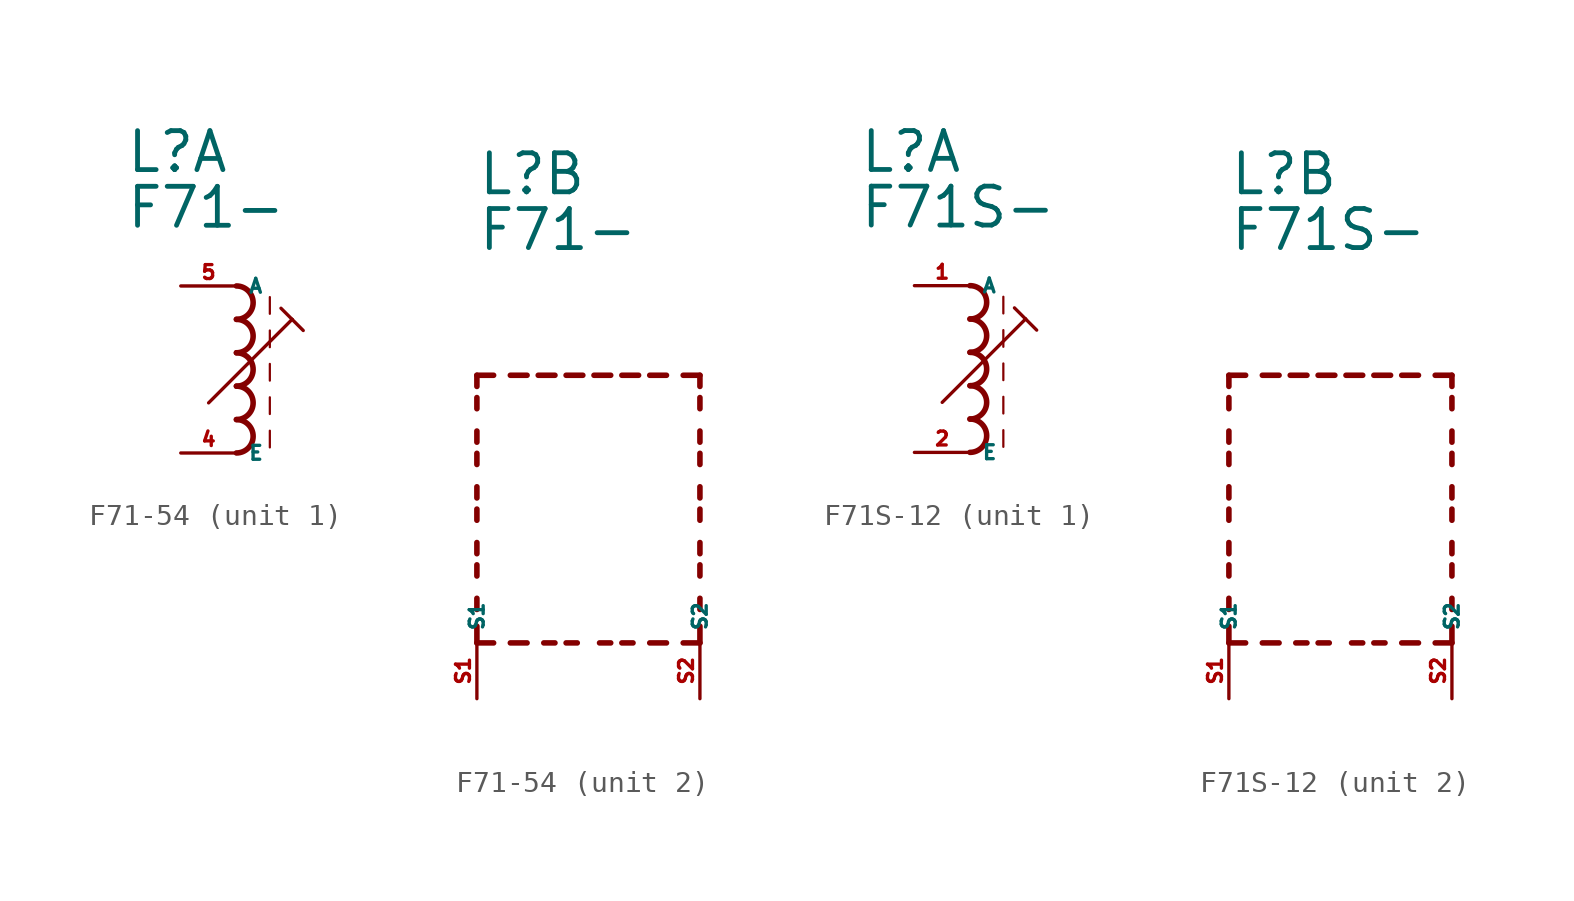
<source format=kicad_sym>
(kicad_symbol_lib
  (version 20220914)
  (generator kicad_symbol_editor)
  (symbol "F71-54"
    (property "Reference" "L"
      (at -5.08 10.16 0)
      (effects (font (size 1.778 1.778) (thickness 0.22)) (justify left bottom)))
    (property "Value" "F71-"
      (at -5.08 7.62 0)
      (effects (font (size 1.778 1.778) (thickness 0.22)) (justify left bottom)))
    (symbol "F71-54_1_0"
      (arc (start 0 -2.54) (mid 0.7587 -1.778) (end 0 -1.016) (stroke (width 0.254) (type default)) (fill (type none)))
      (arc (start 0 -1.016) (mid 0.7587 -0.254) (end 0 0.508) (stroke (width 0.254) (type default)) (fill (type none)))
      (polyline (pts (xy -1.27 -0.254) (xy 2.54 3.556)) (stroke (width 0.152) (type default)) (fill (type none)))
      (polyline (pts (xy 1.524 -1.524) (xy 1.524 -2.286)) (stroke (width 0.102) (type default)) (fill (type none)))
      (polyline (pts (xy 1.524 0) (xy 1.524 -0.762)) (stroke (width 0.102) (type default)) (fill (type none)))
      (polyline (pts (xy 1.524 1.524) (xy 1.524 0.762)) (stroke (width 0.102) (type default)) (fill (type none)))
      (polyline (pts (xy 1.524 3.048) (xy 1.524 2.286)) (stroke (width 0.102) (type default)) (fill (type none)))
      (polyline (pts (xy 1.524 4.572) (xy 1.524 3.81)) (stroke (width 0.102) (type default)) (fill (type none)))
      (polyline (pts (xy 2.032 4.064) (xy 2.54 3.556)) (stroke (width 0.152) (type default)) (fill (type none)))
      (polyline (pts (xy 2.54 3.556) (xy 3.048 3.048)) (stroke (width 0.152) (type default)) (fill (type none)))
      (arc (start 0 0.508) (mid 0.7587 1.27) (end 0 2.032) (stroke (width 0.254) (type default)) (fill (type none)))
      (arc (start 0 2.032) (mid 0.7587 2.794) (end 0 3.556) (stroke (width 0.254) (type default)) (fill (type none)))
      (arc (start 0 3.556) (mid 0.7587 4.318) (end 0 5.08) (stroke (width 0.254) (type default)) (fill (type none)))
      (pin passive line (at -2.54 -2.54 0) (length 2.54) (name "E" (effects (font (size 0.635 0.635)))) (number "4" (effects (font (size 0.635 0.635)))))
      (pin passive line (at -2.54 5.08 0) (length 2.54) (name "A" (effects (font (size 0.635 0.635)))) (number "5" (effects (font (size 0.635 0.635))))))
    (symbol "F71-54_2_0"
      (polyline (pts (xy -5.08 -10.16) (xy -5.08 -9.398)) (stroke (width 0.254) (type default)) (fill (type none)))
      (polyline (pts (xy -5.08 -10.16) (xy -4.318 -10.16)) (stroke (width 0.254) (type default)) (fill (type none)))
      (polyline (pts (xy -5.08 -8.636) (xy -5.08 -8.128)) (stroke (width 0.254) (type default)) (fill (type none)))
      (polyline (pts (xy -5.08 -7.112) (xy -5.08 -6.604)) (stroke (width 0.254) (type default)) (fill (type none)))
      (polyline (pts (xy -5.08 -6.096) (xy -5.08 -5.588)) (stroke (width 0.254) (type default)) (fill (type none)))
      (polyline (pts (xy -5.08 -4.572) (xy -5.08 -4.064)) (stroke (width 0.254) (type default)) (fill (type none)))
      (polyline (pts (xy -5.08 -3.556) (xy -5.08 -3.048)) (stroke (width 0.254) (type default)) (fill (type none)))
      (polyline (pts (xy -5.08 -2.032) (xy -5.08 -1.524)) (stroke (width 0.254) (type default)) (fill (type none)))
      (polyline (pts (xy -5.08 -1.016) (xy -5.08 -0.508)) (stroke (width 0.254) (type default)) (fill (type none)))
      (polyline (pts (xy -5.08 0.508) (xy -5.08 1.016)) (stroke (width 0.254) (type default)) (fill (type none)))
      (polyline (pts (xy -5.08 1.524) (xy -5.08 2.032)) (stroke (width 0.254) (type default)) (fill (type none)))
      (polyline (pts (xy -5.08 2.032) (xy -4.318 2.032)) (stroke (width 0.254) (type default)) (fill (type none)))
      (polyline (pts (xy -3.556 -10.16) (xy -2.794 -10.16)) (stroke (width 0.254) (type default)) (fill (type none)))
      (polyline (pts (xy -3.556 2.032) (xy -2.794 2.032)) (stroke (width 0.254) (type default)) (fill (type none)))
      (polyline (pts (xy -1.524 -10.16) (xy -2.032 -10.16)) (stroke (width 0.254) (type default)) (fill (type none)))
      (polyline (pts (xy -1.524 2.032) (xy -2.286 2.032)) (stroke (width 0.254) (type default)) (fill (type none)))
      (polyline (pts (xy -1.016 2.032) (xy -0.254 2.032)) (stroke (width 0.254) (type default)) (fill (type none)))
      (polyline (pts (xy -0.508 -10.16) (xy -1.016 -10.16)) (stroke (width 0.254) (type default)) (fill (type none)))
      (polyline (pts (xy 1.016 -10.16) (xy 0.508 -10.16)) (stroke (width 0.254) (type default)) (fill (type none)))
      (polyline (pts (xy 1.016 2.032) (xy 0.254 2.032)) (stroke (width 0.254) (type default)) (fill (type none)))
      (polyline (pts (xy 1.524 2.032) (xy 2.286 2.032)) (stroke (width 0.254) (type default)) (fill (type none)))
      (polyline (pts (xy 2.032 -10.16) (xy 1.524 -10.16)) (stroke (width 0.254) (type default)) (fill (type none)))
      (polyline (pts (xy 3.556 -10.16) (xy 2.794 -10.16)) (stroke (width 0.254) (type default)) (fill (type none)))
      (polyline (pts (xy 3.556 2.032) (xy 2.794 2.032)) (stroke (width 0.254) (type default)) (fill (type none)))
      (polyline (pts (xy 5.08 -10.16) (xy 4.318 -10.16)) (stroke (width 0.254) (type default)) (fill (type none)))
      (polyline (pts (xy 5.08 -10.16) (xy 5.08 -9.398)) (stroke (width 0.254) (type default)) (fill (type none)))
      (polyline (pts (xy 5.08 -8.636) (xy 5.08 -8.128)) (stroke (width 0.254) (type default)) (fill (type none)))
      (polyline (pts (xy 5.08 -7.112) (xy 5.08 -6.604)) (stroke (width 0.254) (type default)) (fill (type none)))
      (polyline (pts (xy 5.08 -6.096) (xy 5.08 -5.588)) (stroke (width 0.254) (type default)) (fill (type none)))
      (polyline (pts (xy 5.08 -4.572) (xy 5.08 -4.064)) (stroke (width 0.254) (type default)) (fill (type none)))
      (polyline (pts (xy 5.08 -3.556) (xy 5.08 -3.048)) (stroke (width 0.254) (type default)) (fill (type none)))
      (polyline (pts (xy 5.08 -2.032) (xy 5.08 -1.524)) (stroke (width 0.254) (type default)) (fill (type none)))
      (polyline (pts (xy 5.08 -1.016) (xy 5.08 -0.508)) (stroke (width 0.254) (type default)) (fill (type none)))
      (polyline (pts (xy 5.08 0.508) (xy 5.08 1.016)) (stroke (width 0.254) (type default)) (fill (type none)))
      (polyline (pts (xy 5.08 1.524) (xy 5.08 2.032)) (stroke (width 0.254) (type default)) (fill (type none)))
      (polyline (pts (xy 5.08 2.032) (xy 4.318 2.032)) (stroke (width 0.254) (type default)) (fill (type none)))
      (pin passive line (at -5.08 -12.7 90) (length 2.54) (name "S1" (effects (font (size 0.635 0.635)))) (number "S1" (effects (font (size 0.635 0.635)))))
      (pin passive line (at 5.08 -12.7 90) (length 2.54) (name "S2" (effects (font (size 0.635 0.635)))) (number "S2" (effects (font (size 0.635 0.635)))))))
  (symbol "F71S-12"
    (property "Reference" "L"
      (at -5.08 10.16 0)
      (effects (font (size 1.778 1.778) (thickness 0.22)) (justify left bottom)))
    (property "Value" "F71S-"
      (at -5.08 7.62 0)
      (effects (font (size 1.778 1.778) (thickness 0.22)) (justify left bottom)))
    (symbol "F71S-12_1_0"
      (arc (start 0 -2.54) (mid 0.7587 -1.778) (end 0 -1.016) (stroke (width 0.254) (type default)) (fill (type none)))
      (arc (start 0 -1.016) (mid 0.7587 -0.254) (end 0 0.508) (stroke (width 0.254) (type default)) (fill (type none)))
      (polyline (pts (xy -1.27 -0.254) (xy 2.54 3.556)) (stroke (width 0.152) (type default)) (fill (type none)))
      (polyline (pts (xy 1.524 -1.524) (xy 1.524 -2.286)) (stroke (width 0.102) (type default)) (fill (type none)))
      (polyline (pts (xy 1.524 0) (xy 1.524 -0.762)) (stroke (width 0.102) (type default)) (fill (type none)))
      (polyline (pts (xy 1.524 1.524) (xy 1.524 0.762)) (stroke (width 0.102) (type default)) (fill (type none)))
      (polyline (pts (xy 1.524 3.048) (xy 1.524 2.286)) (stroke (width 0.102) (type default)) (fill (type none)))
      (polyline (pts (xy 1.524 4.572) (xy 1.524 3.81)) (stroke (width 0.102) (type default)) (fill (type none)))
      (polyline (pts (xy 2.032 4.064) (xy 2.54 3.556)) (stroke (width 0.152) (type default)) (fill (type none)))
      (polyline (pts (xy 2.54 3.556) (xy 3.048 3.048)) (stroke (width 0.152) (type default)) (fill (type none)))
      (arc (start 0 0.508) (mid 0.7587 1.27) (end 0 2.032) (stroke (width 0.254) (type default)) (fill (type none)))
      (arc (start 0 2.032) (mid 0.7587 2.794) (end 0 3.556) (stroke (width 0.254) (type default)) (fill (type none)))
      (arc (start 0 3.556) (mid 0.7587 4.318) (end 0 5.08) (stroke (width 0.254) (type default)) (fill (type none)))
      (pin passive line (at -2.54 5.08 0) (length 2.54) (name "A" (effects (font (size 0.635 0.635)))) (number "1" (effects (font (size 0.635 0.635)))))
      (pin passive line (at -2.54 -2.54 0) (length 2.54) (name "E" (effects (font (size 0.635 0.635)))) (number "2" (effects (font (size 0.635 0.635))))))
    (symbol "F71S-12_2_0"
      (polyline (pts (xy -5.08 -10.16) (xy -5.08 -9.398)) (stroke (width 0.254) (type default)) (fill (type none)))
      (polyline (pts (xy -5.08 -10.16) (xy -4.318 -10.16)) (stroke (width 0.254) (type default)) (fill (type none)))
      (polyline (pts (xy -5.08 -8.636) (xy -5.08 -8.128)) (stroke (width 0.254) (type default)) (fill (type none)))
      (polyline (pts (xy -5.08 -7.112) (xy -5.08 -6.604)) (stroke (width 0.254) (type default)) (fill (type none)))
      (polyline (pts (xy -5.08 -6.096) (xy -5.08 -5.588)) (stroke (width 0.254) (type default)) (fill (type none)))
      (polyline (pts (xy -5.08 -4.572) (xy -5.08 -4.064)) (stroke (width 0.254) (type default)) (fill (type none)))
      (polyline (pts (xy -5.08 -3.556) (xy -5.08 -3.048)) (stroke (width 0.254) (type default)) (fill (type none)))
      (polyline (pts (xy -5.08 -2.032) (xy -5.08 -1.524)) (stroke (width 0.254) (type default)) (fill (type none)))
      (polyline (pts (xy -5.08 -1.016) (xy -5.08 -0.508)) (stroke (width 0.254) (type default)) (fill (type none)))
      (polyline (pts (xy -5.08 0.508) (xy -5.08 1.016)) (stroke (width 0.254) (type default)) (fill (type none)))
      (polyline (pts (xy -5.08 1.524) (xy -5.08 2.032)) (stroke (width 0.254) (type default)) (fill (type none)))
      (polyline (pts (xy -5.08 2.032) (xy -4.318 2.032)) (stroke (width 0.254) (type default)) (fill (type none)))
      (polyline (pts (xy -3.556 -10.16) (xy -2.794 -10.16)) (stroke (width 0.254) (type default)) (fill (type none)))
      (polyline (pts (xy -3.556 2.032) (xy -2.794 2.032)) (stroke (width 0.254) (type default)) (fill (type none)))
      (polyline (pts (xy -1.524 -10.16) (xy -2.032 -10.16)) (stroke (width 0.254) (type default)) (fill (type none)))
      (polyline (pts (xy -1.524 2.032) (xy -2.286 2.032)) (stroke (width 0.254) (type default)) (fill (type none)))
      (polyline (pts (xy -1.016 2.032) (xy -0.254 2.032)) (stroke (width 0.254) (type default)) (fill (type none)))
      (polyline (pts (xy -0.508 -10.16) (xy -1.016 -10.16)) (stroke (width 0.254) (type default)) (fill (type none)))
      (polyline (pts (xy 1.016 -10.16) (xy 0.508 -10.16)) (stroke (width 0.254) (type default)) (fill (type none)))
      (polyline (pts (xy 1.016 2.032) (xy 0.254 2.032)) (stroke (width 0.254) (type default)) (fill (type none)))
      (polyline (pts (xy 1.524 2.032) (xy 2.286 2.032)) (stroke (width 0.254) (type default)) (fill (type none)))
      (polyline (pts (xy 2.032 -10.16) (xy 1.524 -10.16)) (stroke (width 0.254) (type default)) (fill (type none)))
      (polyline (pts (xy 3.556 -10.16) (xy 2.794 -10.16)) (stroke (width 0.254) (type default)) (fill (type none)))
      (polyline (pts (xy 3.556 2.032) (xy 2.794 2.032)) (stroke (width 0.254) (type default)) (fill (type none)))
      (polyline (pts (xy 5.08 -10.16) (xy 4.318 -10.16)) (stroke (width 0.254) (type default)) (fill (type none)))
      (polyline (pts (xy 5.08 -10.16) (xy 5.08 -9.398)) (stroke (width 0.254) (type default)) (fill (type none)))
      (polyline (pts (xy 5.08 -8.636) (xy 5.08 -8.128)) (stroke (width 0.254) (type default)) (fill (type none)))
      (polyline (pts (xy 5.08 -7.112) (xy 5.08 -6.604)) (stroke (width 0.254) (type default)) (fill (type none)))
      (polyline (pts (xy 5.08 -6.096) (xy 5.08 -5.588)) (stroke (width 0.254) (type default)) (fill (type none)))
      (polyline (pts (xy 5.08 -4.572) (xy 5.08 -4.064)) (stroke (width 0.254) (type default)) (fill (type none)))
      (polyline (pts (xy 5.08 -3.556) (xy 5.08 -3.048)) (stroke (width 0.254) (type default)) (fill (type none)))
      (polyline (pts (xy 5.08 -2.032) (xy 5.08 -1.524)) (stroke (width 0.254) (type default)) (fill (type none)))
      (polyline (pts (xy 5.08 -1.016) (xy 5.08 -0.508)) (stroke (width 0.254) (type default)) (fill (type none)))
      (polyline (pts (xy 5.08 0.508) (xy 5.08 1.016)) (stroke (width 0.254) (type default)) (fill (type none)))
      (polyline (pts (xy 5.08 1.524) (xy 5.08 2.032)) (stroke (width 0.254) (type default)) (fill (type none)))
      (polyline (pts (xy 5.08 2.032) (xy 4.318 2.032)) (stroke (width 0.254) (type default)) (fill (type none)))
      (pin passive line (at -5.08 -12.7 90) (length 2.54) (name "S1" (effects (font (size 0.635 0.635)))) (number "S1" (effects (font (size 0.635 0.635)))))
      (pin passive line (at 5.08 -12.7 90) (length 2.54) (name "S2" (effects (font (size 0.635 0.635)))) (number "S2" (effects (font (size 0.635 0.635))))))))
</source>
